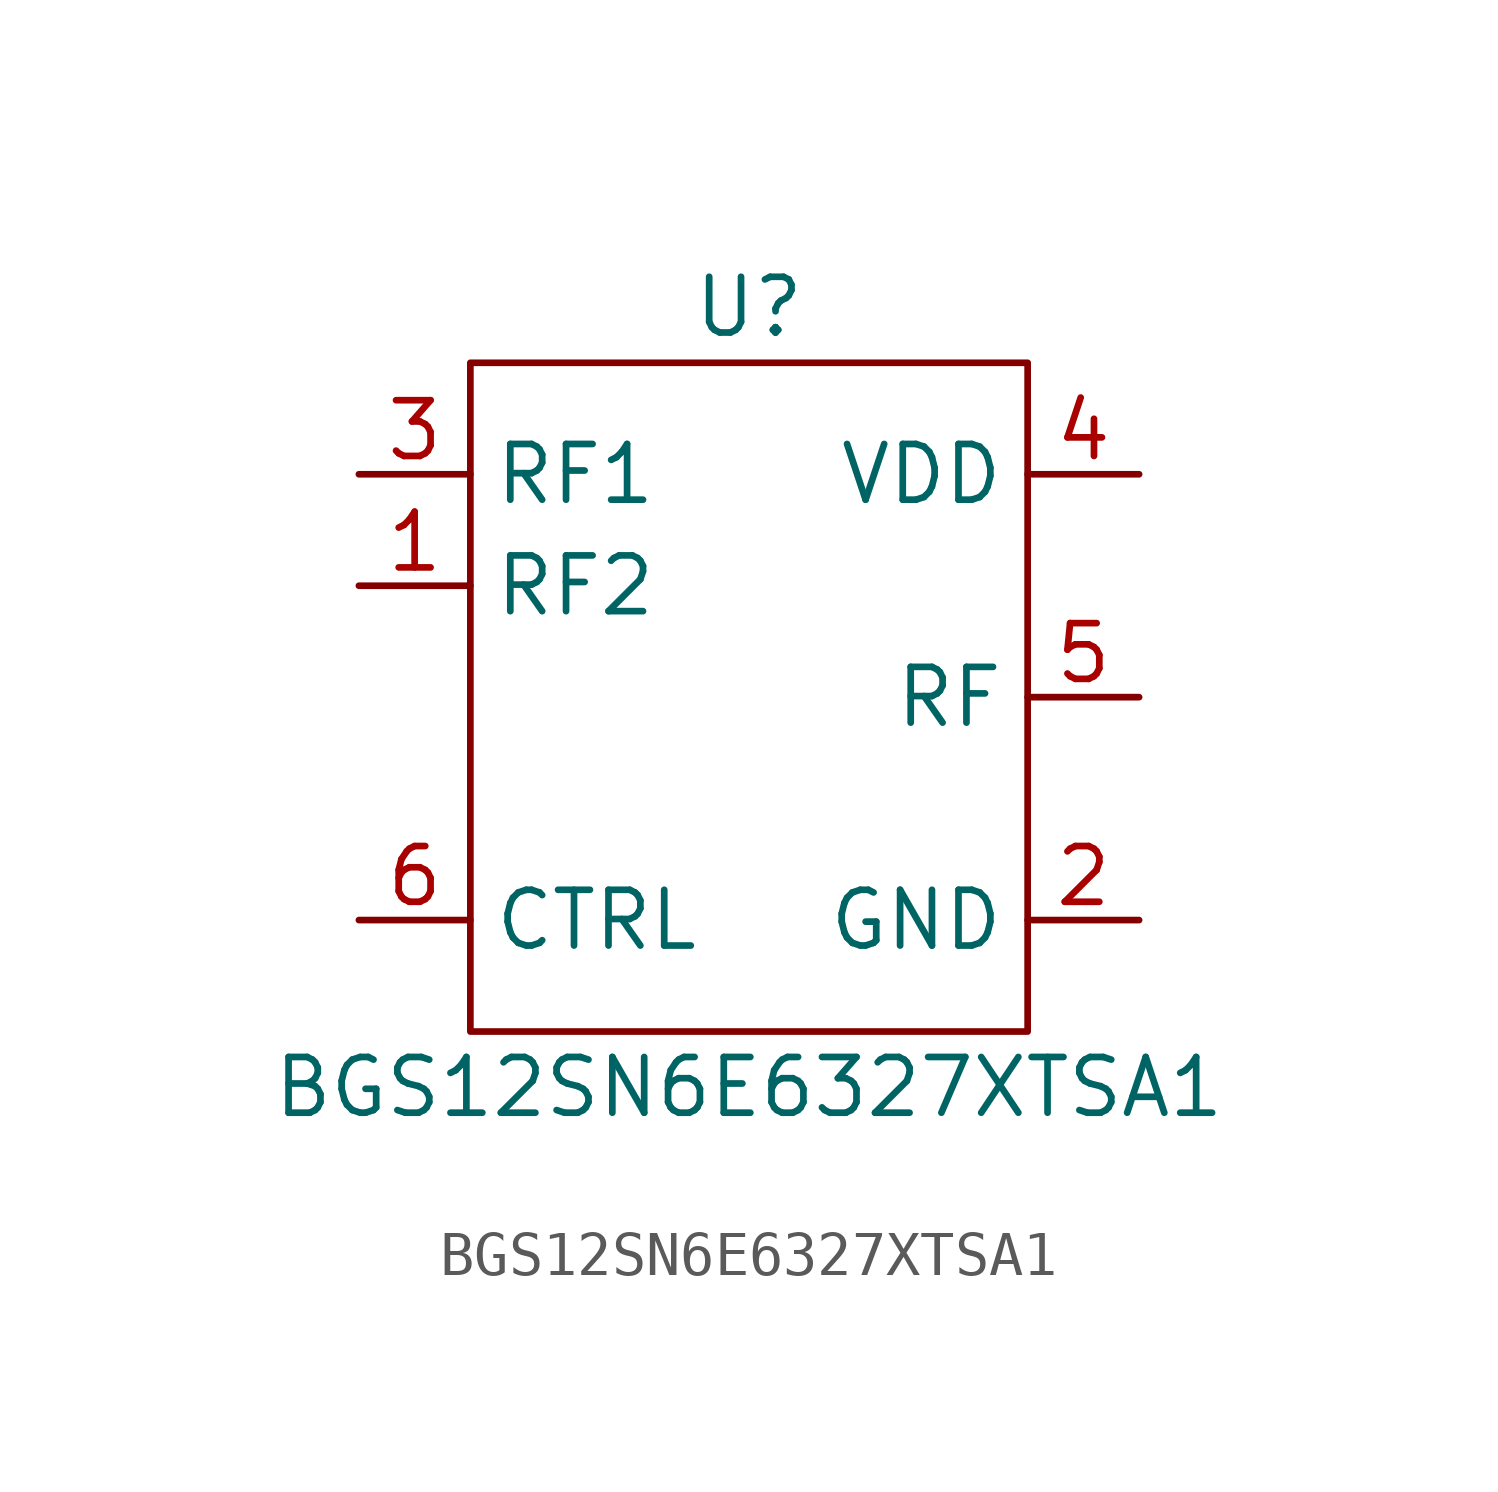
<source format=kicad_sym>
(kicad_symbol_lib
  (version 20220914)
  (generator kicad_symbol_editor)
  (symbol "BGS12SN6E6327XTSA1"
    (property "Reference" "U"
      (at 0 8.89 0)
      (effects (font (size 1.27 1.27))))
    (property "Value" "BGS12SN6E6327XTSA1"
      (at 0 -8.89 0)
      (effects (font (size 1.27 1.27))))
    (symbol "BGS12SN6E6327XTSA1_0_1"
      (rectangle (start -6.35 7.62) (end 6.35 -7.62) (stroke (width 0) (type default)) (fill (type none))))
    (symbol "BGS12SN6E6327XTSA1_1_1"
      (pin bidirectional line (at -8.89 2.54 0) (length 2.54) (name "RF2" (effects (font (size 1.27 1.27)))) (number "1" (effects (font (size 1.27 1.27)))))
      (pin power_out line (at 8.89 -5.08 180) (length 2.54) (name "GND" (effects (font (size 1.27 1.27)))) (number "2" (effects (font (size 1.27 1.27)))))
      (pin bidirectional line (at -8.89 5.08 0) (length 2.54) (name "RF1" (effects (font (size 1.27 1.27)))) (number "3" (effects (font (size 1.27 1.27)))))
      (pin power_in line (at 8.89 5.08 180) (length 2.54) (name "VDD" (effects (font (size 1.27 1.27)))) (number "4" (effects (font (size 1.27 1.27)))))
      (pin bidirectional line (at 8.89 0 180) (length 2.54) (name "RF" (effects (font (size 1.27 1.27)))) (number "5" (effects (font (size 1.27 1.27)))))
      (pin input line (at -8.89 -5.08 0) (length 2.54) (name "CTRL" (effects (font (size 1.27 1.27)))) (number "6" (effects (font (size 1.27 1.27))))))))
</source>
